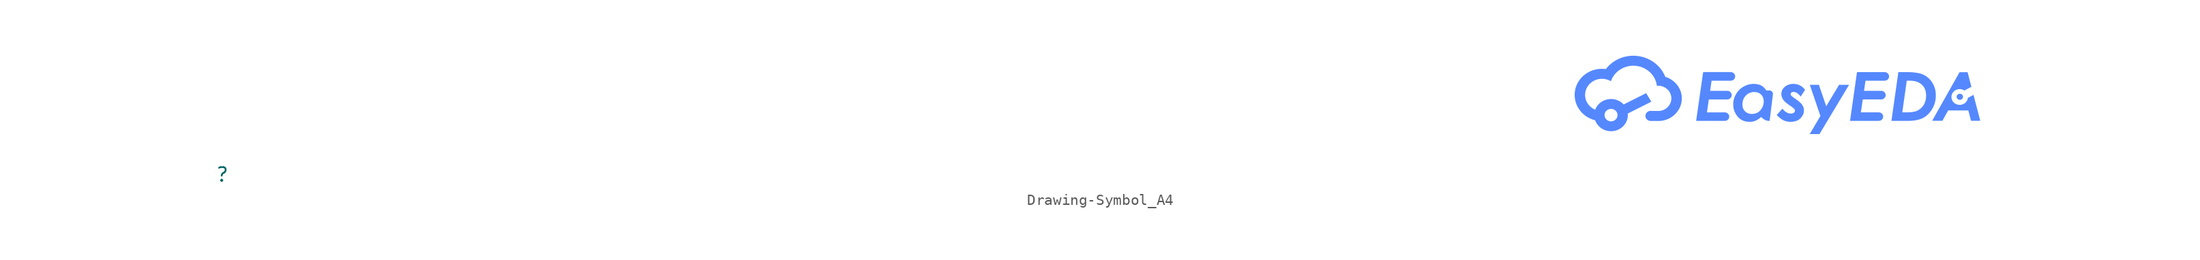
<source format=kicad_sym>
(kicad_symbol_lib
  (version 20231120)
  (generator "kicad_symbol_editor")
  (generator_version "8.0")
  (symbol "Drawing-Symbol_A4"
    (property "Reference" ""
      (at 0 0 0)
      (effects (font (size 1.27 1.27))))
    (property "Value" ""
      (at 0 0 0)
      (effects (font (size 1.27 1.27))))
    (symbol "Drawing-Symbol_A4_0_0"
      (polyline (pts (xy 147.01 6.287) (xy 148.192 8.253) (xy 149.106 8.253) (xy 146.392 3.726) (xy 145.496 3.726) (xy 146.478 5.391) (xy 145.506 8.253) (xy 146.338 8.253) (xy 147.01 6.287)) (stroke (width -0.0001) (type solid)) (fill (type color) (color 85 136 255 1)))
      (polyline (pts (xy 160.317 8.068) (xy 159.673 7.727) (xy 159.65 7.741) (xy 159.626 7.755) (xy 159.602 7.769) (xy 159.577 7.781) (xy 159.552 7.792) (xy 159.526 7.803) (xy 159.5 7.813) (xy 159.473 7.822) (xy 159.446 7.83) (xy 159.418 7.836) (xy 159.389 7.842) (xy 159.361 7.847) (xy 159.332 7.851) (xy 159.303 7.854) (xy 159.273 7.856) (xy 159.243 7.856) (xy 159.204 7.855) (xy 159.166 7.852) (xy 159.128 7.848) (xy 159.091 7.841) (xy 159.054 7.833) (xy 159.019 7.824) (xy 158.984 7.812) (xy 158.95 7.799) (xy 158.916 7.785) (xy 158.884 7.769) (xy 158.852 7.752) (xy 158.822 7.733) (xy 158.792 7.713) (xy 158.764 7.691) (xy 158.736 7.668) (xy 158.71 7.644) (xy 158.685 7.619) (xy 158.661 7.593) (xy 158.639 7.566) (xy 158.618 7.537) (xy 158.599 7.508) (xy 158.58 7.478) (xy 158.564 7.447) (xy 158.549 7.415) (xy 158.535 7.382) (xy 158.523 7.348) (xy 158.513 7.314) (xy 158.505 7.279) (xy 158.498 7.243) (xy 158.493 7.207) (xy 158.49 7.17) (xy 158.489 7.133) (xy 158.49 7.096) (xy 158.493 7.059) (xy 158.498 7.023) (xy 158.505 6.987) (xy 158.513 6.952) (xy 158.523 6.918) (xy 158.535 6.885) (xy 158.549 6.852) (xy 158.564 6.82) (xy 158.58 6.788) (xy 158.599 6.758) (xy 158.618 6.729) (xy 158.639 6.701) (xy 158.661 6.673) (xy 158.685 6.647) (xy 158.71 6.622) (xy 158.736 6.598) (xy 158.764 6.575) (xy 158.792 6.554) (xy 158.822 6.534) (xy 158.852 6.515) (xy 158.884 6.497) (xy 158.916 6.481) (xy 158.95 6.467) (xy 158.984 6.454) (xy 159.019 6.443) (xy 159.054 6.433) (xy 159.091 6.425) (xy 159.128 6.419) (xy 159.166 6.414) (xy 159.204 6.411) (xy 159.243 6.41) (xy 159.279 6.411) (xy 159.315 6.413) (xy 159.35 6.417) (xy 159.384 6.423) (xy 159.418 6.43) (xy 159.452 6.438) (xy 159.485 6.448) (xy 159.517 6.46) (xy 159.548 6.472) (xy 159.579 6.486) (xy 159.609 6.501) (xy 159.638 6.518) (xy 159.667 6.535) (xy 159.694 6.554) (xy 159.721 6.574) (xy 159.746 6.595) (xy 159.771 6.617) (xy 159.794 6.64) (xy 159.817 6.664) (xy 159.838 6.689) (xy 159.858 6.715) (xy 159.877 6.742) (xy 159.895 6.77) (xy 159.911 6.798) (xy 159.927 6.827) (xy 159.94 6.857) (xy 159.952 6.888) (xy 159.963 6.919) (xy 159.973 6.951) (xy 159.981 6.984) (xy 159.987 7.017) (xy 159.992 7.051) (xy 160.51 7.325) (xy 161.129 4.949) (xy 160.282 4.949) (xy 160.036 5.899) (xy 158.189 5.899) (xy 157.659 4.949) (xy 156.72 4.949) (xy 159.231 9.411) (xy 159.969 9.411) (xy 160.317 8.068)) (stroke (width -0.0001) (type solid)) (fill (type color) (color 85 136 255 1)))
      (polyline (pts (xy 159.272 7.43) (xy 159.287 7.428) (xy 159.301 7.427) (xy 159.315 7.424) (xy 159.329 7.421) (xy 159.343 7.417) (xy 159.357 7.413) (xy 159.37 7.408) (xy 159.383 7.402) (xy 159.395 7.396) (xy 159.408 7.39) (xy 159.419 7.382) (xy 159.431 7.375) (xy 159.442 7.366) (xy 159.452 7.357) (xy 159.462 7.348) (xy 159.472 7.339) (xy 159.481 7.328) (xy 159.49 7.318) (xy 159.498 7.307) (xy 159.506 7.296) (xy 159.512 7.284) (xy 159.519 7.272) (xy 159.525 7.26) (xy 159.53 7.247) (xy 159.535 7.234) (xy 159.538 7.221) (xy 159.542 7.207) (xy 159.544 7.194) (xy 159.546 7.18) (xy 159.547 7.165) (xy 159.548 7.151) (xy 159.547 7.137) (xy 159.546 7.122) (xy 159.544 7.109) (xy 159.542 7.095) (xy 159.538 7.081) (xy 159.535 7.068) (xy 159.53 7.055) (xy 159.525 7.043) (xy 159.519 7.03) (xy 159.512 7.018) (xy 159.506 7.006) (xy 159.498 6.995) (xy 159.49 6.984) (xy 159.481 6.974) (xy 159.472 6.963) (xy 159.462 6.954) (xy 159.452 6.945) (xy 159.442 6.936) (xy 159.431 6.928) (xy 159.419 6.92) (xy 159.408 6.912) (xy 159.395 6.906) (xy 159.383 6.9) (xy 159.37 6.894) (xy 159.357 6.889) (xy 159.343 6.885) (xy 159.329 6.881) (xy 159.315 6.878) (xy 159.301 6.875) (xy 159.287 6.874) (xy 159.272 6.872) (xy 159.257 6.872) (xy 159.242 6.872) (xy 159.227 6.874) (xy 159.213 6.875) (xy 159.198 6.878) (xy 159.184 6.881) (xy 159.17 6.885) (xy 159.157 6.889) (xy 159.144 6.894) (xy 159.131 6.9) (xy 159.118 6.906) (xy 159.106 6.912) (xy 159.094 6.92) (xy 159.083 6.928) (xy 159.072 6.936) (xy 159.061 6.945) (xy 159.051 6.954) (xy 159.042 6.963) (xy 159.033 6.974) (xy 159.024 6.984) (xy 159.016 6.995) (xy 159.008 7.006) (xy 159.001 7.018) (xy 158.995 7.03) (xy 158.989 7.043) (xy 158.984 7.055) (xy 158.979 7.068) (xy 158.975 7.081) (xy 158.972 7.095) (xy 158.97 7.109) (xy 158.968 7.122) (xy 158.966 7.137) (xy 158.966 7.151) (xy 158.966 7.165) (xy 158.968 7.18) (xy 158.97 7.194) (xy 158.972 7.207) (xy 158.975 7.221) (xy 158.979 7.234) (xy 158.984 7.247) (xy 158.989 7.26) (xy 158.995 7.272) (xy 159.001 7.284) (xy 159.008 7.296) (xy 159.016 7.307) (xy 159.024 7.318) (xy 159.033 7.328) (xy 159.042 7.339) (xy 159.051 7.348) (xy 159.061 7.357) (xy 159.072 7.366) (xy 159.083 7.375) (xy 159.094 7.382) (xy 159.106 7.39) (xy 159.118 7.396) (xy 159.131 7.402) (xy 159.144 7.408) (xy 159.157 7.413) (xy 159.17 7.417) (xy 159.184 7.421) (xy 159.198 7.424) (xy 159.213 7.427) (xy 159.227 7.428) (xy 159.242 7.43) (xy 159.257 7.43) (xy 159.272 7.43)) (stroke (width -0.0001) (type solid)) (fill (type color) (color 85 136 255 1)))
      (polyline (pts (xy 154.492 9.417) (xy 154.616 9.414) (xy 154.736 9.41) (xy 154.851 9.403) (xy 154.963 9.395) (xy 155.07 9.385) (xy 155.173 9.373) (xy 155.272 9.359) (xy 155.366 9.344) (xy 155.457 9.326) (xy 155.543 9.307) (xy 155.625 9.285) (xy 155.703 9.262) (xy 155.777 9.237) (xy 155.847 9.21) (xy 155.913 9.182) (xy 155.976 9.151) (xy 156.037 9.119) (xy 156.097 9.084) (xy 156.155 9.047) (xy 156.212 9.008) (xy 156.267 8.967) (xy 156.321 8.924) (xy 156.373 8.879) (xy 156.424 8.832) (xy 156.474 8.782) (xy 156.521 8.73) (xy 156.568 8.677) (xy 156.613 8.621) (xy 156.656 8.563) (xy 156.698 8.503) (xy 156.738 8.441) (xy 156.777 8.377) (xy 156.813 8.312) (xy 156.846 8.246) (xy 156.877 8.178) (xy 156.906 8.109) (xy 156.932 8.039) (xy 156.956 7.968) (xy 156.977 7.896) (xy 156.996 7.822) (xy 157.012 7.747) (xy 157.026 7.671) (xy 157.037 7.594) (xy 157.046 7.516) (xy 157.052 7.436) (xy 157.056 7.356) (xy 157.057 7.274) (xy 157.055 7.189) (xy 157.052 7.106) (xy 157.045 7.023) (xy 157.036 6.941) (xy 157.024 6.86) (xy 157.01 6.78) (xy 156.993 6.701) (xy 156.973 6.622) (xy 156.951 6.545) (xy 156.925 6.468) (xy 156.898 6.393) (xy 156.868 6.318) (xy 156.834 6.244) (xy 156.799 6.17) (xy 156.761 6.098) (xy 156.72 6.027) (xy 156.677 5.957) (xy 156.632 5.89) (xy 156.586 5.825) (xy 156.539 5.763) (xy 156.491 5.702) (xy 156.441 5.645) (xy 156.389 5.589) (xy 156.337 5.536) (xy 156.282 5.486) (xy 156.227 5.438) (xy 156.17 5.392) (xy 156.112 5.348) (xy 156.053 5.307) (xy 155.992 5.269) (xy 155.93 5.232) (xy 155.866 5.199) (xy 155.8 5.167) (xy 155.732 5.137) (xy 155.66 5.11) (xy 155.584 5.084) (xy 155.506 5.061) (xy 155.425 5.04) (xy 155.34 5.02) (xy 155.252 5.003) (xy 155.162 4.987) (xy 155.068 4.974) (xy 154.97 4.963) (xy 154.87 4.954) (xy 154.767 4.947) (xy 154.661 4.942) (xy 154.551 4.939) (xy 154.438 4.938) (xy 152.987 4.938) (xy 153.098 5.721) (xy 153.982 5.721) (xy 154.271 5.721) (xy 154.432 5.722) (xy 154.581 5.728) (xy 154.651 5.731) (xy 154.719 5.736) (xy 154.783 5.741) (xy 154.845 5.747) (xy 154.904 5.755) (xy 154.96 5.763) (xy 155.013 5.771) (xy 155.063 5.781) (xy 155.111 5.792) (xy 155.155 5.803) (xy 155.197 5.815) (xy 155.236 5.828) (xy 155.288 5.848) (xy 155.338 5.869) (xy 155.387 5.892) (xy 155.435 5.917) (xy 155.481 5.944) (xy 155.526 5.972) (xy 155.57 6.002) (xy 155.613 6.033) (xy 155.654 6.067) (xy 155.694 6.102) (xy 155.733 6.139) (xy 155.771 6.177) (xy 155.807 6.217) (xy 155.842 6.259) (xy 155.875 6.303) (xy 155.908 6.348) (xy 155.939 6.394) (xy 155.968 6.443) (xy 155.994 6.492) (xy 156.019 6.543) (xy 156.042 6.595) (xy 156.063 6.649) (xy 156.082 6.704) (xy 156.099 6.76) (xy 156.114 6.818) (xy 156.127 6.877) (xy 156.138 6.937) (xy 156.147 6.999) (xy 156.154 7.062) (xy 156.159 7.126) (xy 156.162 7.191) (xy 156.164 7.258) (xy 156.163 7.313) (xy 156.161 7.367) (xy 156.157 7.42) (xy 156.153 7.472) (xy 156.146 7.522) (xy 156.138 7.571) (xy 156.129 7.62) (xy 156.119 7.667) (xy 156.107 7.713) (xy 156.094 7.758) (xy 156.079 7.801) (xy 156.063 7.844) (xy 156.045 7.886) (xy 156.026 7.926) (xy 156.006 7.965) (xy 155.985 8.003) (xy 155.962 8.04) (xy 155.937 8.076) (xy 155.912 8.111) (xy 155.885 8.145) (xy 155.858 8.178) (xy 155.829 8.21) (xy 155.799 8.24) (xy 155.768 8.27) (xy 155.736 8.298) (xy 155.703 8.326) (xy 155.669 8.352) (xy 155.633 8.377) (xy 155.597 8.401) (xy 155.559 8.424) (xy 155.52 8.447) (xy 155.48 8.467) (xy 155.439 8.487) (xy 155.396 8.506) (xy 155.351 8.523) (xy 155.304 8.539) (xy 155.256 8.554) (xy 155.206 8.567) (xy 155.155 8.579) (xy 155.102 8.59) (xy 155.047 8.6) (xy 154.99 8.608) (xy 154.932 8.615) (xy 154.872 8.62) (xy 154.81 8.625) (xy 154.747 8.628) (xy 154.682 8.63) (xy 154.615 8.63) (xy 154.394 8.63) (xy 153.982 5.721) (xy 153.098 5.721) (xy 153.624 9.418) (xy 154.364 9.418) (xy 154.492 9.417)) (stroke (width -0.0001) (type solid)) (fill (type color) (color 85 136 255 1)))
      (polyline (pts (xy 138.271 9.422) (xy 138.292 9.421) (xy 138.313 9.418) (xy 138.333 9.414) (xy 138.353 9.41) (xy 138.373 9.405) (xy 138.392 9.398) (xy 138.411 9.391) (xy 138.429 9.383) (xy 138.447 9.374) (xy 138.464 9.365) (xy 138.481 9.354) (xy 138.497 9.343) (xy 138.513 9.332) (xy 138.528 9.319) (xy 138.542 9.306) (xy 138.556 9.292) (xy 138.569 9.278) (xy 138.581 9.263) (xy 138.593 9.247) (xy 138.604 9.231) (xy 138.614 9.214) (xy 138.623 9.197) (xy 138.631 9.18) (xy 138.638 9.162) (xy 138.645 9.143) (xy 138.651 9.124) (xy 138.655 9.105) (xy 138.659 9.086) (xy 138.662 9.066) (xy 138.663 9.046) (xy 138.664 9.025) (xy 138.663 9.005) (xy 138.662 8.985) (xy 138.659 8.965) (xy 138.655 8.945) (xy 138.651 8.926) (xy 138.645 8.908) (xy 138.638 8.889) (xy 138.631 8.871) (xy 138.623 8.854) (xy 138.614 8.836) (xy 138.604 8.82) (xy 138.593 8.804) (xy 138.581 8.788) (xy 138.569 8.773) (xy 138.556 8.759) (xy 138.542 8.745) (xy 138.528 8.732) (xy 138.513 8.719) (xy 138.497 8.707) (xy 138.481 8.696) (xy 138.464 8.686) (xy 138.447 8.676) (xy 138.429 8.668) (xy 138.411 8.659) (xy 138.392 8.652) (xy 138.373 8.646) (xy 138.353 8.641) (xy 138.333 8.636) (xy 138.313 8.633) (xy 138.292 8.63) (xy 138.271 8.629) (xy 138.25 8.628) (xy 136.503 8.626) (xy 136.368 7.696) (xy 138.006 7.696) (xy 138.024 7.692) (xy 138.042 7.688) (xy 138.059 7.683) (xy 138.076 7.678) (xy 138.093 7.672) (xy 138.11 7.665) (xy 138.126 7.657) (xy 138.142 7.649) (xy 138.157 7.64) (xy 138.172 7.631) (xy 138.186 7.62) (xy 138.2 7.61) (xy 138.214 7.599) (xy 138.226 7.587) (xy 138.239 7.575) (xy 138.25 7.562) (xy 138.262 7.549) (xy 138.272 7.535) (xy 138.282 7.521) (xy 138.291 7.506) (xy 138.3 7.491) (xy 138.308 7.476) (xy 138.315 7.46) (xy 138.321 7.444) (xy 138.327 7.427) (xy 138.332 7.41) (xy 138.337 7.393) (xy 138.34 7.375) (xy 138.343 7.358) (xy 138.344 7.34) (xy 138.345 7.321) (xy 138.345 7.303) (xy 138.345 7.282) (xy 138.343 7.262) (xy 138.34 7.242) (xy 138.337 7.223) (xy 138.332 7.204) (xy 138.326 7.185) (xy 138.32 7.167) (xy 138.312 7.149) (xy 138.304 7.131) (xy 138.295 7.114) (xy 138.285 7.097) (xy 138.274 7.081) (xy 138.263 7.065) (xy 138.25 7.05) (xy 138.237 7.036) (xy 138.224 7.022) (xy 138.209 7.009) (xy 138.194 6.997) (xy 138.179 6.985) (xy 138.162 6.974) (xy 138.145 6.963) (xy 138.128 6.954) (xy 138.11 6.945) (xy 138.092 6.937) (xy 138.073 6.93) (xy 138.054 6.923) (xy 138.034 6.918) (xy 138.014 6.914) (xy 137.994 6.91) (xy 137.973 6.908) (xy 137.952 6.906) (xy 137.931 6.906) (xy 136.25 6.908) (xy 136.078 5.718) (xy 137.71 5.721) (xy 137.731 5.72) (xy 137.752 5.719) (xy 137.772 5.716) (xy 137.793 5.713) (xy 137.812 5.708) (xy 137.832 5.703) (xy 137.851 5.697) (xy 137.869 5.69) (xy 137.887 5.682) (xy 137.905 5.673) (xy 137.922 5.664) (xy 137.939 5.654) (xy 137.955 5.643) (xy 137.97 5.631) (xy 137.985 5.619) (xy 138 5.606) (xy 138.013 5.592) (xy 138.026 5.578) (xy 138.038 5.563) (xy 138.049 5.547) (xy 138.06 5.532) (xy 138.07 5.515) (xy 138.079 5.498) (xy 138.087 5.481) (xy 138.095 5.463) (xy 138.101 5.445) (xy 138.107 5.426) (xy 138.111 5.407) (xy 138.115 5.388) (xy 138.117 5.368) (xy 138.119 5.348) (xy 138.119 5.328) (xy 138.119 5.308) (xy 138.118 5.289) (xy 138.115 5.269) (xy 138.111 5.251) (xy 138.107 5.232) (xy 138.101 5.214) (xy 138.095 5.196) (xy 138.088 5.178) (xy 138.08 5.161) (xy 138.071 5.144) (xy 138.062 5.128) (xy 138.051 5.112) (xy 138.04 5.097) (xy 138.028 5.083) (xy 138.016 5.069) (xy 138.002 5.055) (xy 137.988 5.042) (xy 137.974 5.03) (xy 137.959 5.018) (xy 137.943 5.007) (xy 137.927 4.997) (xy 137.91 4.987) (xy 137.893 4.979) (xy 137.875 4.971) (xy 137.857 4.963) (xy 137.839 4.957) (xy 137.82 4.952) (xy 137.8 4.947) (xy 137.78 4.943) (xy 137.76 4.94) (xy 137.74 4.939) (xy 137.72 4.938) (xy 135.087 4.938) (xy 135.729 9.422) (xy 138.25 9.422) (xy 138.271 9.422)) (stroke (width -0.0001) (type solid)) (fill (type color) (color 85 136 255 1)))
      (polyline (pts (xy 152.374 9.42) (xy 152.395 9.418) (xy 152.416 9.416) (xy 152.436 9.412) (xy 152.456 9.408) (xy 152.476 9.402) (xy 152.495 9.396) (xy 152.514 9.389) (xy 152.532 9.381) (xy 152.55 9.372) (xy 152.568 9.363) (xy 152.585 9.352) (xy 152.601 9.341) (xy 152.617 9.33) (xy 152.632 9.317) (xy 152.646 9.304) (xy 152.66 9.29) (xy 152.673 9.276) (xy 152.685 9.261) (xy 152.697 9.245) (xy 152.708 9.229) (xy 152.718 9.213) (xy 152.727 9.196) (xy 152.736 9.178) (xy 152.743 9.161) (xy 152.75 9.142) (xy 152.756 9.123) (xy 152.761 9.104) (xy 152.765 9.085) (xy 152.768 9.066) (xy 152.77 9.046) (xy 152.771 9.025) (xy 152.77 9.005) (xy 152.769 8.985) (xy 152.766 8.965) (xy 152.762 8.945) (xy 152.758 8.926) (xy 152.752 8.908) (xy 152.746 8.889) (xy 152.738 8.871) (xy 152.73 8.854) (xy 152.721 8.836) (xy 152.711 8.82) (xy 152.7 8.804) (xy 152.688 8.788) (xy 152.676 8.773) (xy 152.663 8.759) (xy 152.649 8.745) (xy 152.635 8.732) (xy 152.62 8.719) (xy 152.604 8.707) (xy 152.588 8.696) (xy 152.571 8.686) (xy 152.554 8.676) (xy 152.536 8.668) (xy 152.518 8.659) (xy 152.499 8.652) (xy 152.48 8.646) (xy 152.46 8.641) (xy 152.44 8.636) (xy 152.42 8.633) (xy 152.399 8.63) (xy 152.378 8.629) (xy 152.357 8.628) (xy 150.61 8.626) (xy 150.475 7.696) (xy 152.113 7.696) (xy 152.131 7.692) (xy 152.149 7.688) (xy 152.166 7.683) (xy 152.184 7.678) (xy 152.2 7.672) (xy 152.217 7.665) (xy 152.233 7.657) (xy 152.249 7.649) (xy 152.264 7.64) (xy 152.279 7.631) (xy 152.293 7.621) (xy 152.307 7.61) (xy 152.321 7.599) (xy 152.334 7.587) (xy 152.346 7.575) (xy 152.358 7.562) (xy 152.369 7.549) (xy 152.38 7.535) (xy 152.39 7.521) (xy 152.399 7.507) (xy 152.408 7.492) (xy 152.416 7.476) (xy 152.424 7.461) (xy 152.43 7.444) (xy 152.436 7.428) (xy 152.442 7.411) (xy 152.446 7.394) (xy 152.45 7.377) (xy 152.453 7.359) (xy 152.455 7.341) (xy 152.456 7.323) (xy 152.457 7.305) (xy 152.456 7.285) (xy 152.455 7.264) (xy 152.452 7.245) (xy 152.448 7.225) (xy 152.444 7.206) (xy 152.438 7.187) (xy 152.432 7.169) (xy 152.424 7.151) (xy 152.416 7.133) (xy 152.407 7.116) (xy 152.397 7.099) (xy 152.386 7.083) (xy 152.374 7.068) (xy 152.362 7.053) (xy 152.349 7.038) (xy 152.335 7.024) (xy 152.321 7.011) (xy 152.306 6.999) (xy 152.29 6.987) (xy 152.274 6.976) (xy 152.257 6.965) (xy 152.24 6.956) (xy 152.222 6.947) (xy 152.204 6.939) (xy 152.185 6.932) (xy 152.166 6.926) (xy 152.146 6.92) (xy 152.126 6.916) (xy 152.106 6.912) (xy 152.085 6.91) (xy 152.064 6.908) (xy 152.043 6.908) (xy 150.359 6.91) (xy 150.187 5.721) (xy 151.82 5.723) (xy 151.841 5.723) (xy 151.861 5.721) (xy 151.882 5.718) (xy 151.902 5.715) (xy 151.922 5.711) (xy 151.941 5.705) (xy 151.96 5.699) (xy 151.979 5.692) (xy 151.997 5.684) (xy 152.014 5.676) (xy 152.032 5.666) (xy 152.048 5.656) (xy 152.064 5.645) (xy 152.08 5.633) (xy 152.095 5.621) (xy 152.109 5.608) (xy 152.122 5.594) (xy 152.135 5.58) (xy 152.148 5.565) (xy 152.159 5.55) (xy 152.169 5.534) (xy 152.179 5.517) (xy 152.189 5.5) (xy 152.197 5.483) (xy 152.204 5.465) (xy 152.21 5.447) (xy 152.216 5.428) (xy 152.221 5.409) (xy 152.224 5.39) (xy 152.227 5.37) (xy 152.228 5.351) (xy 152.229 5.33) (xy 152.228 5.311) (xy 152.227 5.291) (xy 152.224 5.272) (xy 152.221 5.253) (xy 152.216 5.234) (xy 152.211 5.216) (xy 152.205 5.198) (xy 152.197 5.181) (xy 152.19 5.163) (xy 152.181 5.147) (xy 152.171 5.13) (xy 152.161 5.115) (xy 152.149 5.099) (xy 152.138 5.085) (xy 152.125 5.071) (xy 152.112 5.057) (xy 152.098 5.044) (xy 152.083 5.032) (xy 152.068 5.02) (xy 152.053 5.009) (xy 152.036 4.999) (xy 152.02 4.99) (xy 152.002 4.981) (xy 151.985 4.973) (xy 151.966 4.966) (xy 151.948 4.959) (xy 151.929 4.954) (xy 151.91 4.949) (xy 151.89 4.945) (xy 151.87 4.943) (xy 151.85 4.941) (xy 151.829 4.94) (xy 149.194 4.94) (xy 149.831 9.42) (xy 152.352 9.42) (xy 152.374 9.42)) (stroke (width -0.0001) (type solid)) (fill (type color) (color 85 136 255 1)))
      (polyline (pts (xy 140.395 8.335) (xy 140.438 8.334) (xy 140.481 8.331) (xy 140.526 8.327) (xy 140.571 8.322) (xy 140.616 8.316) (xy 140.662 8.309) (xy 140.707 8.301) (xy 140.752 8.291) (xy 140.797 8.281) (xy 140.84 8.269) (xy 140.883 8.257) (xy 140.924 8.243) (xy 140.963 8.228) (xy 141.001 8.212) (xy 141.036 8.195) (xy 141.069 8.177) (xy 141.102 8.158) (xy 141.133 8.138) (xy 141.165 8.117) (xy 141.195 8.095) (xy 141.225 8.072) (xy 141.254 8.048) (xy 141.282 8.023) (xy 141.309 7.997) (xy 141.336 7.969) (xy 141.362 7.941) (xy 141.388 7.912) (xy 141.412 7.882) (xy 141.436 7.85) (xy 141.46 7.818) (xy 141.482 7.785) (xy 141.513 7.731) (xy 141.803 7.731) (xy 141.82 7.731) (xy 141.836 7.729) (xy 141.853 7.727) (xy 141.869 7.724) (xy 141.884 7.721) (xy 141.9 7.716) (xy 141.915 7.711) (xy 141.929 7.706) (xy 141.944 7.699) (xy 141.958 7.692) (xy 141.971 7.685) (xy 141.984 7.677) (xy 141.997 7.668) (xy 142.009 7.659) (xy 142.021 7.649) (xy 142.032 7.639) (xy 142.043 7.628) (xy 142.053 7.617) (xy 142.062 7.605) (xy 142.071 7.593) (xy 142.08 7.58) (xy 142.088 7.567) (xy 142.095 7.553) (xy 142.101 7.54) (xy 142.107 7.526) (xy 142.112 7.511) (xy 142.116 7.497) (xy 142.12 7.481) (xy 142.123 7.466) (xy 142.125 7.451) (xy 142.126 7.435) (xy 142.126 7.419) (xy 142.131 7.419) (xy 141.836 5.034) (xy 141.824 4.938) (xy 141.74 4.938) (xy 141.707 4.94) (xy 141.673 4.944) (xy 141.64 4.949) (xy 141.607 4.956) (xy 141.575 4.963) (xy 141.543 4.972) (xy 141.512 4.982) (xy 141.481 4.992) (xy 141.451 5.004) (xy 141.421 5.017) (xy 141.392 5.031) (xy 141.364 5.046) (xy 141.336 5.062) (xy 141.309 5.079) (xy 141.282 5.097) (xy 141.257 5.116) (xy 141.254 5.118) (xy 141.247 5.123) (xy 141.222 5.143) (xy 141.147 5.205) (xy 141.038 5.295) (xy 141.004 5.264) (xy 140.97 5.235) (xy 140.936 5.207) (xy 140.903 5.18) (xy 140.869 5.155) (xy 140.836 5.13) (xy 140.804 5.107) (xy 140.771 5.085) (xy 140.739 5.064) (xy 140.707 5.045) (xy 140.676 5.026) (xy 140.644 5.009) (xy 140.613 4.992) (xy 140.583 4.978) (xy 140.552 4.964) (xy 140.522 4.951) (xy 140.492 4.939) (xy 140.461 4.928) (xy 140.43 4.917) (xy 140.398 4.907) (xy 140.366 4.899) (xy 140.333 4.891) (xy 140.3 4.883) (xy 140.267 4.877) (xy 140.233 4.871) (xy 140.199 4.866) (xy 140.164 4.862) (xy 140.128 4.859) (xy 140.093 4.856) (xy 140.056 4.854) (xy 140.02 4.853) (xy 139.982 4.853) (xy 139.898 4.855) (xy 139.815 4.86) (xy 139.734 4.87) (xy 139.656 4.883) (xy 139.58 4.9) (xy 139.506 4.921) (xy 139.435 4.945) (xy 139.365 4.973) (xy 139.298 5.006) (xy 139.233 5.042) (xy 139.17 5.081) (xy 139.109 5.125) (xy 139.051 5.172) (xy 138.995 5.223) (xy 138.941 5.278) (xy 138.889 5.337) (xy 138.84 5.398) (xy 138.794 5.461) (xy 138.752 5.524) (xy 138.712 5.589) (xy 138.676 5.655) (xy 138.643 5.723) (xy 138.613 5.791) (xy 138.586 5.861) (xy 138.562 5.932) (xy 138.542 6.004) (xy 138.524 6.078) (xy 138.51 6.152) (xy 138.499 6.228) (xy 138.491 6.306) (xy 138.486 6.384) (xy 138.485 6.444) (xy 139.331 6.444) (xy 139.332 6.396) (xy 139.335 6.349) (xy 139.339 6.303) (xy 139.346 6.259) (xy 139.354 6.215) (xy 139.365 6.173) (xy 139.377 6.132) (xy 139.391 6.093) (xy 139.407 6.054) (xy 139.424 6.016) (xy 139.444 5.98) (xy 139.466 5.945) (xy 139.489 5.911) (xy 139.514 5.878) (xy 139.542 5.847) (xy 139.571 5.817) (xy 139.601 5.788) (xy 139.633 5.76) (xy 139.666 5.735) (xy 139.699 5.712) (xy 139.734 5.69) (xy 139.77 5.671) (xy 139.807 5.653) (xy 139.845 5.637) (xy 139.884 5.623) (xy 139.924 5.611) (xy 139.965 5.601) (xy 140.007 5.593) (xy 140.051 5.586) (xy 140.095 5.582) (xy 140.14 5.579) (xy 140.187 5.578) (xy 140.226 5.579) (xy 140.264 5.58) (xy 140.302 5.583) (xy 140.339 5.586) (xy 140.375 5.591) (xy 140.411 5.597) (xy 140.446 5.604) (xy 140.48 5.611) (xy 140.514 5.62) (xy 140.547 5.63) (xy 140.58 5.641) (xy 140.612 5.653) (xy 140.643 5.666) (xy 140.674 5.681) (xy 140.704 5.696) (xy 140.733 5.712) (xy 140.762 5.729) (xy 140.791 5.748) (xy 140.818 5.767) (xy 140.846 5.788) (xy 140.872 5.811) (xy 140.898 5.834) (xy 140.923 5.858) (xy 140.948 5.884) (xy 140.972 5.911) (xy 140.996 5.939) (xy 141.019 5.968) (xy 141.041 5.998) (xy 141.063 6.03) (xy 141.084 6.062) (xy 141.104 6.096) (xy 141.124 6.131) (xy 141.143 6.167) (xy 141.161 6.203) (xy 141.178 6.239) (xy 141.193 6.275) (xy 141.207 6.311) (xy 141.22 6.347) (xy 141.232 6.384) (xy 141.243 6.42) (xy 141.252 6.457) (xy 141.26 6.494) (xy 141.267 6.531) (xy 141.272 6.567) (xy 141.277 6.604) (xy 141.28 6.642) (xy 141.282 6.679) (xy 141.282 6.716) (xy 141.281 6.765) (xy 141.279 6.812) (xy 141.274 6.858) (xy 141.268 6.903) (xy 141.259 6.947) (xy 141.249 6.99) (xy 141.237 7.031) (xy 141.223 7.071) (xy 141.207 7.11) (xy 141.19 7.148) (xy 141.17 7.184) (xy 141.149 7.22) (xy 141.126 7.254) (xy 141.101 7.287) (xy 141.074 7.319) (xy 141.045 7.35) (xy 141.015 7.378) (xy 140.983 7.405) (xy 140.951 7.431) (xy 140.917 7.454) (xy 140.882 7.475) (xy 140.846 7.495) (xy 140.808 7.513) (xy 140.769 7.528) (xy 140.73 7.543) (xy 140.689 7.555) (xy 140.646 7.565) (xy 140.603 7.573) (xy 140.558 7.58) (xy 140.512 7.585) (xy 140.465 7.587) (xy 140.417 7.588) (xy 140.361 7.587) (xy 140.306 7.583) (xy 140.252 7.577) (xy 140.199 7.569) (xy 140.147 7.558) (xy 140.097 7.544) (xy 140.047 7.528) (xy 139.998 7.509) (xy 139.951 7.488) (xy 139.904 7.464) (xy 139.859 7.438) (xy 139.815 7.41) (xy 139.771 7.378) (xy 139.729 7.345) (xy 139.688 7.308) (xy 139.647 7.269) (xy 139.609 7.228) (xy 139.573 7.186) (xy 139.54 7.142) (xy 139.509 7.097) (xy 139.48 7.051) (xy 139.454 7.003) (xy 139.431 6.953) (xy 139.41 6.902) (xy 139.391 6.85) (xy 139.375 6.796) (xy 139.362 6.741) (xy 139.351 6.685) (xy 139.342 6.627) (xy 139.336 6.567) (xy 139.332 6.506) (xy 139.331 6.444) (xy 138.485 6.444) (xy 138.485 6.464) (xy 138.486 6.525) (xy 138.489 6.585) (xy 138.494 6.646) (xy 138.501 6.705) (xy 138.51 6.765) (xy 138.522 6.824) (xy 138.535 6.883) (xy 138.55 6.942) (xy 138.568 7) (xy 138.587 7.058) (xy 138.608 7.115) (xy 138.632 7.172) (xy 138.657 7.229) (xy 138.685 7.285) (xy 138.714 7.341) (xy 138.745 7.396) (xy 138.778 7.451) (xy 138.812 7.505) (xy 138.848 7.556) (xy 138.886 7.607) (xy 138.924 7.655) (xy 138.964 7.702) (xy 139.006 7.748) (xy 139.048 7.792) (xy 139.093 7.834) (xy 139.138 7.875) (xy 139.185 7.914) (xy 139.233 7.952) (xy 139.283 7.989) (xy 139.334 8.023) (xy 139.387 8.056) (xy 139.44 8.088) (xy 139.495 8.118) (xy 139.55 8.146) (xy 139.606 8.172) (xy 139.661 8.197) (xy 139.717 8.219) (xy 139.773 8.239) (xy 139.83 8.258) (xy 139.887 8.274) (xy 139.944 8.289) (xy 140.002 8.301) (xy 140.06 8.312) (xy 140.118 8.32) (xy 140.177 8.327) (xy 140.236 8.332) (xy 140.295 8.335) (xy 140.354 8.336) (xy 140.395 8.335)) (stroke (width -0.0001) (type solid)) (fill (type color) (color 85 136 255 1)))
      (polyline (pts (xy 144.042 8.338) (xy 144.081 8.336) (xy 144.12 8.333) (xy 144.159 8.329) (xy 144.197 8.324) (xy 144.235 8.318) (xy 144.273 8.311) (xy 144.31 8.303) (xy 144.347 8.293) (xy 144.384 8.283) (xy 144.421 8.271) (xy 144.458 8.258) (xy 144.494 8.244) (xy 144.53 8.229) (xy 144.565 8.213) (xy 144.601 8.195) (xy 144.636 8.177) (xy 144.67 8.158) (xy 144.703 8.137) (xy 144.736 8.116) (xy 144.768 8.094) (xy 144.799 8.07) (xy 144.83 8.046) (xy 144.859 8.021) (xy 144.888 7.996) (xy 144.917 7.969) (xy 144.944 7.941) (xy 144.971 7.913) (xy 144.997 7.883) (xy 145.022 7.853) (xy 145.047 7.821) (xy 145.071 7.789) (xy 144.666 7.167) (xy 144.646 7.194) (xy 144.627 7.221) (xy 144.607 7.247) (xy 144.587 7.271) (xy 144.567 7.295) (xy 144.546 7.318) (xy 144.526 7.34) (xy 144.506 7.361) (xy 144.485 7.381) (xy 144.464 7.4) (xy 144.444 7.418) (xy 144.423 7.435) (xy 144.402 7.452) (xy 144.381 7.467) (xy 144.359 7.481) (xy 144.338 7.495) (xy 144.317 7.507) (xy 144.296 7.519) (xy 144.275 7.53) (xy 144.254 7.54) (xy 144.233 7.55) (xy 144.213 7.558) (xy 144.193 7.566) (xy 144.173 7.573) (xy 144.153 7.579) (xy 144.133 7.585) (xy 144.113 7.589) (xy 144.094 7.593) (xy 144.074 7.596) (xy 144.055 7.598) (xy 144.036 7.599) (xy 144.017 7.599) (xy 144.003 7.599) (xy 143.99 7.599) (xy 143.976 7.597) (xy 143.963 7.596) (xy 143.95 7.594) (xy 143.938 7.591) (xy 143.925 7.588) (xy 143.913 7.585) (xy 143.901 7.58) (xy 143.889 7.576) (xy 143.878 7.571) (xy 143.867 7.566) (xy 143.856 7.56) (xy 143.845 7.553) (xy 143.834 7.547) (xy 143.824 7.539) (xy 143.815 7.532) (xy 143.805 7.524) (xy 143.797 7.516) (xy 143.789 7.508) (xy 143.782 7.5) (xy 143.775 7.492) (xy 143.769 7.484) (xy 143.764 7.475) (xy 143.759 7.467) (xy 143.755 7.458) (xy 143.752 7.449) (xy 143.749 7.441) (xy 143.747 7.431) (xy 143.746 7.422) (xy 143.745 7.413) (xy 143.745 7.403) (xy 143.745 7.394) (xy 143.746 7.385) (xy 143.747 7.376) (xy 143.749 7.366) (xy 143.751 7.357) (xy 143.754 7.348) (xy 143.757 7.339) (xy 143.761 7.33) (xy 143.765 7.32) (xy 143.77 7.311) (xy 143.775 7.302) (xy 143.78 7.293) (xy 143.787 7.284) (xy 143.793 7.274) (xy 143.8 7.265) (xy 143.808 7.256) (xy 143.816 7.246) (xy 143.827 7.235) (xy 143.853 7.211) (xy 143.887 7.182) (xy 143.929 7.149) (xy 143.978 7.111) (xy 144.035 7.069) (xy 144.1 7.023) (xy 144.173 6.973) (xy 144.233 6.931) (xy 144.29 6.89) (xy 144.344 6.85) (xy 144.396 6.811) (xy 144.446 6.773) (xy 144.492 6.735) (xy 144.536 6.698) (xy 144.578 6.662) (xy 144.617 6.626) (xy 144.653 6.591) (xy 144.686 6.557) (xy 144.717 6.524) (xy 144.746 6.492) (xy 144.771 6.46) (xy 144.794 6.429) (xy 144.815 6.399) (xy 144.833 6.369) (xy 144.851 6.338) (xy 144.867 6.308) (xy 144.882 6.276) (xy 144.896 6.245) (xy 144.908 6.213) (xy 144.92 6.181) (xy 144.93 6.149) (xy 144.939 6.117) (xy 144.947 6.084) (xy 144.953 6.051) (xy 144.959 6.017) (xy 144.963 5.983) (xy 144.966 5.949) (xy 144.968 5.914) (xy 144.968 5.879) (xy 144.967 5.833) (xy 144.964 5.788) (xy 144.957 5.742) (xy 144.949 5.697) (xy 144.938 5.652) (xy 144.924 5.608) (xy 144.908 5.564) (xy 144.89 5.52) (xy 144.869 5.476) (xy 144.845 5.433) (xy 144.819 5.39) (xy 144.791 5.348) (xy 144.76 5.305) (xy 144.726 5.263) (xy 144.69 5.222) (xy 144.652 5.181) (xy 144.611 5.141) (xy 144.568 5.104) (xy 144.523 5.069) (xy 144.476 5.037) (xy 144.426 5.008) (xy 144.375 4.981) (xy 144.321 4.957) (xy 144.265 4.935) (xy 144.206 4.916) (xy 144.146 4.899) (xy 144.083 4.885) (xy 144.018 4.873) (xy 143.951 4.864) (xy 143.881 4.858) (xy 143.81 4.854) (xy 143.736 4.853) (xy 143.693 4.853) (xy 143.65 4.855) (xy 143.608 4.857) (xy 143.567 4.861) (xy 143.526 4.866) (xy 143.485 4.872) (xy 143.445 4.878) (xy 143.405 4.886) (xy 143.366 4.895) (xy 143.327 4.905) (xy 143.289 4.916) (xy 143.251 4.928) (xy 143.214 4.941) (xy 143.177 4.955) (xy 143.141 4.97) (xy 143.106 4.987) (xy 143.07 5.004) (xy 143.034 5.024) (xy 142.997 5.045) (xy 142.96 5.068) (xy 142.922 5.092) (xy 142.884 5.119) (xy 142.845 5.147) (xy 142.806 5.177) (xy 142.766 5.208) (xy 142.726 5.242) (xy 142.685 5.277) (xy 142.643 5.314) (xy 142.602 5.352) (xy 142.559 5.392) (xy 142.473 5.478) (xy 142.996 6.062) (xy 143.041 6.008) (xy 143.086 5.956) (xy 143.132 5.909) (xy 143.179 5.865) (xy 143.225 5.824) (xy 143.273 5.787) (xy 143.321 5.754) (xy 143.369 5.724) (xy 143.418 5.697) (xy 143.468 5.675) (xy 143.518 5.655) (xy 143.568 5.639) (xy 143.619 5.627) (xy 143.671 5.618) (xy 143.723 5.613) (xy 143.775 5.611) (xy 143.796 5.612) (xy 143.816 5.613) (xy 143.836 5.614) (xy 143.855 5.616) (xy 143.873 5.619) (xy 143.891 5.623) (xy 143.909 5.627) (xy 143.926 5.631) (xy 143.942 5.636) (xy 143.958 5.642) (xy 143.973 5.649) (xy 143.988 5.656) (xy 144.003 5.663) (xy 144.017 5.671) (xy 144.03 5.68) (xy 144.043 5.689) (xy 144.055 5.7) (xy 144.066 5.71) (xy 144.077 5.72) (xy 144.087 5.731) (xy 144.096 5.742) (xy 144.104 5.753) (xy 144.112 5.764) (xy 144.118 5.775) (xy 144.124 5.787) (xy 144.129 5.799) (xy 144.133 5.811) (xy 144.137 5.823) (xy 144.139 5.836) (xy 144.141 5.848) (xy 144.142 5.862) (xy 144.143 5.875) (xy 144.143 5.886) (xy 144.142 5.896) (xy 144.14 5.907) (xy 144.138 5.918) (xy 144.135 5.929) (xy 144.132 5.94) (xy 144.128 5.951) (xy 144.124 5.962) (xy 144.119 5.973) (xy 144.113 5.984) (xy 144.107 5.995) (xy 144.1 6.006) (xy 144.092 6.017) (xy 144.084 6.029) (xy 144.075 6.04) (xy 144.066 6.051) (xy 144.055 6.063) (xy 144.043 6.076) (xy 144.011 6.105) (xy 143.971 6.138) (xy 143.923 6.176) (xy 143.867 6.219) (xy 143.803 6.266) (xy 143.73 6.317) (xy 143.65 6.372) (xy 143.602 6.405) (xy 143.556 6.438) (xy 143.512 6.47) (xy 143.469 6.502) (xy 143.429 6.532) (xy 143.39 6.563) (xy 143.353 6.592) (xy 143.319 6.621) (xy 143.286 6.65) (xy 143.255 6.678) (xy 143.226 6.705) (xy 143.198 6.732) (xy 143.173 6.758) (xy 143.149 6.783) (xy 143.128 6.808) (xy 143.108 6.832) (xy 143.083 6.866) (xy 143.059 6.899) (xy 143.037 6.934) (xy 143.016 6.968) (xy 142.998 7.003) (xy 142.98 7.037) (xy 142.965 7.072) (xy 142.951 7.108) (xy 142.939 7.143) (xy 142.928 7.179) (xy 142.919 7.215) (xy 142.912 7.252) (xy 142.906 7.288) (xy 142.902 7.325) (xy 142.899 7.362) (xy 142.899 7.399) (xy 142.9 7.45) (xy 142.904 7.5) (xy 142.91 7.549) (xy 142.919 7.597) (xy 142.931 7.644) (xy 142.945 7.689) (xy 142.961 7.733) (xy 142.981 7.776) (xy 143.002 7.818) (xy 143.027 7.859) (xy 143.054 7.898) (xy 143.083 7.936) (xy 143.115 7.973) (xy 143.15 8.009) (xy 143.187 8.044) (xy 143.226 8.077) (xy 143.268 8.109) (xy 143.31 8.138) (xy 143.354 8.166) (xy 143.398 8.191) (xy 143.444 8.215) (xy 143.49 8.236) (xy 143.537 8.255) (xy 143.585 8.273) (xy 143.634 8.288) (xy 143.684 8.301) (xy 143.735 8.313) (xy 143.787 8.322) (xy 143.84 8.329) (xy 143.893 8.334) (xy 143.948 8.337) (xy 144.003 8.338) (xy 144.042 8.338)) (stroke (width -0.0001) (type solid)) (fill (type color) (color 85 136 255 1)))
      (polyline (pts (xy 129.476 10.919) (xy 129.62 10.909) (xy 129.763 10.893) (xy 129.904 10.871) (xy 130.044 10.843) (xy 130.182 10.809) (xy 130.319 10.769) (xy 130.453 10.723) (xy 130.584 10.671) (xy 130.714 10.613) (xy 130.84 10.55) (xy 130.964 10.482) (xy 131.084 10.407) (xy 131.201 10.328) (xy 131.315 10.242) (xy 131.424 10.152) (xy 131.493 10.091) (xy 131.56 10.027) (xy 131.625 9.962) (xy 131.688 9.896) (xy 131.748 9.828) (xy 131.806 9.758) (xy 131.862 9.687) (xy 131.915 9.614) (xy 131.967 9.54) (xy 132.015 9.464) (xy 132.062 9.387) (xy 132.106 9.309) (xy 132.147 9.23) (xy 132.186 9.15) (xy 132.223 9.068) (xy 132.257 8.985) (xy 132.419 8.929) (xy 132.574 8.862) (xy 132.723 8.783) (xy 132.865 8.694) (xy 132.998 8.595) (xy 133.124 8.486) (xy 133.239 8.368) (xy 133.346 8.242) (xy 133.442 8.109) (xy 133.527 7.968) (xy 133.6 7.821) (xy 133.662 7.668) (xy 133.71 7.509) (xy 133.746 7.345) (xy 133.759 7.262) (xy 133.768 7.178) (xy 133.774 7.092) (xy 133.775 7.006) (xy 133.773 6.908) (xy 133.766 6.811) (xy 133.754 6.714) (xy 133.738 6.619) (xy 133.717 6.524) (xy 133.691 6.431) (xy 133.661 6.339) (xy 133.627 6.249) (xy 133.588 6.16) (xy 133.545 6.073) (xy 133.498 5.988) (xy 133.447 5.905) (xy 133.391 5.824) (xy 133.332 5.746) (xy 133.268 5.67) (xy 133.201 5.596) (xy 133.131 5.526) (xy 133.057 5.459) (xy 132.981 5.396) (xy 132.902 5.337) (xy 132.82 5.281) (xy 132.737 5.229) (xy 132.65 5.181) (xy 132.562 5.137) (xy 132.472 5.097) (xy 132.379 5.061) (xy 132.285 5.029) (xy 132.19 5.002) (xy 132.093 4.978) (xy 131.994 4.959) (xy 131.895 4.944) (xy 131.794 4.933) (xy 131.752 4.929) (xy 130.885 4.929) (xy 130.885 4.933) (xy 130.861 4.936) (xy 130.839 4.939) (xy 130.816 4.943) (xy 130.794 4.949) (xy 130.772 4.955) (xy 130.751 4.962) (xy 130.731 4.971) (xy 130.71 4.979) (xy 130.69 4.989) (xy 130.671 5) (xy 130.653 5.012) (xy 130.635 5.024) (xy 130.617 5.037) (xy 130.601 5.051) (xy 130.584 5.065) (xy 130.569 5.08) (xy 130.555 5.096) (xy 130.541 5.113) (xy 130.528 5.13) (xy 130.515 5.147) (xy 130.504 5.165) (xy 130.493 5.184) (xy 130.484 5.203) (xy 130.475 5.223) (xy 130.467 5.243) (xy 130.46 5.264) (xy 130.454 5.285) (xy 130.449 5.306) (xy 130.445 5.328) (xy 130.443 5.35) (xy 130.441 5.372) (xy 130.44 5.395) (xy 130.441 5.419) (xy 130.443 5.442) (xy 130.446 5.466) (xy 130.45 5.489) (xy 130.456 5.511) (xy 130.462 5.533) (xy 130.47 5.555) (xy 130.478 5.576) (xy 130.488 5.596) (xy 130.499 5.616) (xy 130.51 5.636) (xy 130.523 5.655) (xy 130.536 5.673) (xy 130.551 5.69) (xy 130.566 5.707) (xy 130.582 5.723) (xy 130.599 5.739) (xy 130.616 5.753) (xy 130.635 5.767) (xy 130.654 5.78) (xy 130.673 5.792) (xy 130.693 5.803) (xy 130.714 5.813) (xy 130.736 5.823) (xy 130.758 5.831) (xy 130.78 5.838) (xy 130.803 5.845) (xy 130.827 5.85) (xy 130.85 5.854) (xy 130.875 5.857) (xy 130.899 5.859) (xy 130.924 5.859) (xy 130.936 5.859) (xy 130.948 5.859) (xy 130.961 5.858) (xy 130.973 5.857) (xy 130.985 5.856) (xy 130.996 5.854) (xy 131.008 5.853) (xy 131.019 5.85) (xy 131.71 5.85) (xy 131.768 5.856) (xy 131.825 5.865) (xy 131.88 5.876) (xy 131.935 5.89) (xy 131.989 5.906) (xy 132.042 5.924) (xy 132.093 5.944) (xy 132.144 5.967) (xy 132.193 5.992) (xy 132.24 6.019) (xy 132.287 6.048) (xy 132.332 6.078) (xy 132.375 6.111) (xy 132.416 6.146) (xy 132.456 6.182) (xy 132.494 6.22) (xy 132.531 6.259) (xy 132.565 6.3) (xy 132.598 6.343) (xy 132.628 6.387) (xy 132.657 6.433) (xy 132.683 6.479) (xy 132.707 6.527) (xy 132.729 6.577) (xy 132.749 6.627) (xy 132.766 6.678) (xy 132.781 6.731) (xy 132.793 6.784) (xy 132.802 6.838) (xy 132.809 6.894) (xy 132.813 6.949) (xy 132.815 7.006) (xy 132.813 7.066) (xy 132.809 7.125) (xy 132.801 7.183) (xy 132.79 7.24) (xy 132.777 7.296) (xy 132.76 7.351) (xy 132.741 7.405) (xy 132.72 7.457) (xy 132.696 7.509) (xy 132.669 7.559) (xy 132.64 7.607) (xy 132.608 7.655) (xy 132.575 7.7) (xy 132.539 7.744) (xy 132.5 7.786) (xy 132.46 7.826) (xy 132.418 7.865) (xy 132.375 7.901) (xy 132.329 7.936) (xy 132.281 7.968) (xy 132.232 7.998) (xy 132.182 8.026) (xy 132.13 8.052) (xy 132.076 8.075) (xy 132.021 8.096) (xy 131.965 8.114) (xy 131.908 8.13) (xy 131.849 8.143) (xy 131.79 8.153) (xy 131.729 8.16) (xy 131.668 8.165) (xy 131.606 8.166) (xy 131.591 8.166) (xy 131.576 8.166) (xy 131.561 8.165) (xy 131.546 8.165) (xy 131.531 8.164) (xy 131.517 8.162) (xy 131.502 8.161) (xy 131.487 8.16) (xy 131.473 8.256) (xy 131.455 8.351) (xy 131.432 8.445) (xy 131.405 8.537) (xy 131.373 8.627) (xy 131.338 8.715) (xy 131.298 8.802) (xy 131.255 8.886) (xy 131.208 8.968) (xy 131.157 9.047) (xy 131.103 9.125) (xy 131.045 9.199) (xy 130.984 9.272) (xy 130.919 9.341) (xy 130.852 9.408) (xy 130.781 9.471) (xy 130.708 9.532) (xy 130.632 9.589) (xy 130.553 9.644) (xy 130.471 9.695) (xy 130.387 9.742) (xy 130.301 9.786) (xy 130.212 9.826) (xy 130.121 9.863) (xy 130.029 9.895) (xy 129.934 9.924) (xy 129.837 9.948) (xy 129.739 9.968) (xy 129.639 9.984) (xy 129.538 9.996) (xy 129.435 10.003) (xy 129.331 10.005) (xy 129.242 10.003) (xy 129.153 9.998) (xy 129.066 9.989) (xy 128.979 9.978) (xy 128.894 9.963) (xy 128.81 9.944) (xy 128.727 9.923) (xy 128.645 9.899) (xy 128.565 9.871) (xy 128.487 9.841) (xy 128.41 9.808) (xy 128.334 9.772) (xy 128.261 9.733) (xy 128.189 9.692) (xy 128.118 9.649) (xy 128.05 9.602) (xy 127.984 9.554) (xy 127.919 9.503) (xy 127.857 9.45) (xy 127.797 9.394) (xy 127.74 9.336) (xy 127.684 9.277) (xy 127.631 9.215) (xy 127.581 9.151) (xy 127.532 9.085) (xy 127.487 9.018) (xy 127.444 8.949) (xy 127.404 8.878) (xy 127.367 8.806) (xy 127.333 8.732) (xy 127.301 8.656) (xy 127.273 8.579) (xy 127.228 8.605) (xy 127.182 8.63) (xy 127.135 8.653) (xy 127.087 8.675) (xy 127.038 8.695) (xy 126.989 8.713) (xy 126.938 8.73) (xy 126.887 8.745) (xy 126.835 8.759) (xy 126.783 8.771) (xy 126.729 8.781) (xy 126.675 8.789) (xy 126.621 8.796) (xy 126.566 8.801) (xy 126.51 8.803) (xy 126.454 8.805) (xy 126.375 8.803) (xy 126.296 8.797) (xy 126.219 8.787) (xy 126.143 8.774) (xy 126.068 8.758) (xy 125.995 8.738) (xy 125.923 8.714) (xy 125.853 8.688) (xy 125.785 8.658) (xy 125.718 8.625) (xy 125.653 8.59) (xy 125.591 8.551) (xy 125.53 8.51) (xy 125.472 8.466) (xy 125.416 8.419) (xy 125.362 8.37) (xy 125.311 8.318) (xy 125.263 8.265) (xy 125.217 8.209) (xy 125.174 8.15) (xy 125.134 8.09) (xy 125.096 8.028) (xy 125.062 7.965) (xy 125.031 7.899) (xy 125.004 7.832) (xy 124.98 7.763) (xy 124.959 7.693) (xy 124.942 7.621) (xy 124.928 7.548) (xy 124.918 7.474) (xy 124.912 7.399) (xy 124.91 7.323) (xy 124.911 7.266) (xy 124.915 7.21) (xy 124.92 7.155) (xy 124.928 7.1) (xy 124.937 7.045) (xy 124.949 6.992) (xy 124.963 6.939) (xy 124.978 6.887) (xy 124.996 6.836) (xy 125.015 6.786) (xy 125.037 6.736) (xy 125.059 6.688) (xy 125.084 6.64) (xy 125.111 6.593) (xy 125.139 6.548) (xy 125.169 6.503) (xy 125.2 6.46) (xy 125.233 6.417) (xy 125.268 6.376) (xy 125.304 6.336) (xy 125.341 6.298) (xy 125.38 6.261) (xy 125.42 6.224) (xy 125.462 6.19) (xy 125.504 6.157) (xy 125.548 6.125) (xy 125.593 6.094) (xy 125.64 6.066) (xy 125.687 6.038) (xy 125.736 6.013) (xy 125.785 5.989) (xy 125.836 5.966) (xy 125.88 6.071) (xy 125.932 6.172) (xy 125.992 6.269) (xy 126.059 6.361) (xy 126.133 6.447) (xy 126.213 6.528) (xy 126.299 6.603) (xy 126.391 6.671) (xy 126.489 6.733) (xy 126.591 6.788) (xy 126.698 6.835) (xy 126.809 6.875) (xy 126.924 6.906) (xy 127.042 6.929) (xy 127.163 6.943) (xy 127.225 6.947) (xy 127.287 6.948) (xy 127.373 6.946) (xy 127.457 6.939) (xy 127.54 6.928) (xy 127.622 6.913) (xy 127.702 6.894) (xy 127.781 6.87) (xy 127.857 6.843) (xy 127.932 6.812) (xy 128.005 6.778) (xy 128.075 6.74) (xy 128.143 6.699) (xy 128.208 6.654) (xy 128.271 6.607) (xy 128.331 6.556) (xy 128.388 6.502) (xy 128.443 6.446) (xy 130.508 7.486) (xy 130.98 6.7) (xy 128.82 5.611) (xy 128.821 5.594) (xy 128.822 5.576) (xy 128.824 5.558) (xy 128.825 5.54) (xy 128.826 5.522) (xy 128.826 5.504) (xy 128.826 5.486) (xy 128.826 5.469) (xy 128.824 5.393) (xy 128.819 5.318) (xy 128.809 5.244) (xy 128.795 5.171) (xy 128.778 5.1) (xy 128.757 5.03) (xy 128.733 4.961) (xy 128.705 4.894) (xy 128.674 4.829) (xy 128.64 4.765) (xy 128.603 4.703) (xy 128.563 4.643) (xy 128.52 4.585) (xy 128.474 4.53) (xy 128.426 4.476) (xy 128.375 4.425) (xy 128.321 4.376) (xy 128.266 4.329) (xy 128.207 4.285) (xy 128.147 4.244) (xy 128.085 4.206) (xy 128.02 4.17) (xy 127.954 4.137) (xy 127.886 4.108) (xy 127.816 4.081) (xy 127.744 4.058) (xy 127.671 4.038) (xy 127.597 4.021) (xy 127.521 4.008) (xy 127.444 3.999) (xy 127.366 3.993) (xy 127.287 3.991) (xy 127.224 3.993) (xy 127.161 3.996) (xy 127.099 4.002) (xy 127.038 4.011) (xy 126.978 4.021) (xy 126.919 4.034) (xy 126.86 4.049) (xy 126.802 4.066) (xy 126.746 4.086) (xy 126.69 4.107) (xy 126.635 4.13) (xy 126.582 4.156) (xy 126.53 4.183) (xy 126.479 4.212) (xy 126.429 4.243) (xy 126.381 4.275) (xy 126.334 4.31) (xy 126.288 4.346) (xy 126.244 4.383) (xy 126.202 4.423) (xy 126.161 4.463) (xy 126.121 4.505) (xy 126.084 4.549) (xy 126.048 4.594) (xy 126.014 4.64) (xy 125.981 4.688) (xy 125.951 4.737) (xy 125.922 4.787) (xy 125.896 4.838) (xy 125.871 4.89) (xy 125.849 4.944) (xy 125.829 4.998) (xy 125.741 5.021) (xy 125.654 5.047) (xy 125.568 5.077) (xy 125.484 5.109) (xy 125.401 5.144) (xy 125.319 5.182) (xy 125.239 5.223) (xy 125.16 5.267) (xy 125.084 5.313) (xy 125.008 5.363) (xy 124.935 5.414) (xy 124.864 5.469) (xy 126.692 5.469) (xy 126.692 5.439) (xy 126.695 5.41) (xy 126.698 5.382) (xy 126.704 5.354) (xy 126.71 5.326) (xy 126.718 5.299) (xy 126.728 5.273) (xy 126.739 5.247) (xy 126.75 5.221) (xy 126.764 5.197) (xy 126.778 5.173) (xy 126.793 5.15) (xy 126.81 5.127) (xy 126.828 5.106) (xy 126.847 5.085) (xy 126.866 5.065) (xy 126.887 5.046) (xy 126.909 5.028) (xy 126.931 5.011) (xy 126.954 4.995) (xy 126.979 4.98) (xy 127.004 4.966) (xy 127.029 4.954) (xy 127.055 4.942) (xy 127.083 4.932) (xy 127.11 4.923) (xy 127.138 4.915) (xy 127.167 4.909) (xy 127.196 4.904) (xy 127.226 4.9) (xy 127.256 4.898) (xy 127.287 4.897) (xy 127.317 4.898) (xy 127.348 4.9) (xy 127.377 4.904) (xy 127.407 4.909) (xy 127.435 4.915) (xy 127.464 4.923) (xy 127.491 4.932) (xy 127.518 4.942) (xy 127.545 4.954) (xy 127.57 4.966) (xy 127.595 4.98) (xy 127.619 4.995) (xy 127.643 5.011) (xy 127.665 5.028) (xy 127.687 5.046) (xy 127.707 5.065) (xy 127.727 5.085) (xy 127.746 5.106) (xy 127.764 5.127) (xy 127.78 5.15) (xy 127.796 5.173) (xy 127.81 5.197) (xy 127.823 5.221) (xy 127.835 5.247) (xy 127.846 5.273) (xy 127.855 5.299) (xy 127.864 5.326) (xy 127.87 5.354) (xy 127.875 5.382) (xy 127.879 5.41) (xy 127.882 5.439) (xy 127.882 5.469) (xy 127.882 5.498) (xy 127.879 5.527) (xy 127.875 5.555) (xy 127.87 5.583) (xy 127.864 5.611) (xy 127.855 5.638) (xy 127.846 5.665) (xy 127.835 5.691) (xy 127.823 5.716) (xy 127.81 5.74) (xy 127.796 5.764) (xy 127.78 5.788) (xy 127.764 5.81) (xy 127.746 5.832) (xy 127.727 5.852) (xy 127.707 5.872) (xy 127.687 5.891) (xy 127.665 5.909) (xy 127.643 5.926) (xy 127.619 5.942) (xy 127.595 5.957) (xy 127.57 5.971) (xy 127.545 5.983) (xy 127.518 5.995) (xy 127.491 6.005) (xy 127.464 6.014) (xy 127.435 6.022) (xy 127.407 6.028) (xy 127.377 6.033) (xy 127.348 6.037) (xy 127.317 6.039) (xy 127.287 6.04) (xy 127.256 6.039) (xy 127.226 6.037) (xy 127.196 6.033) (xy 127.167 6.028) (xy 127.138 6.022) (xy 127.11 6.014) (xy 127.083 6.005) (xy 127.055 5.995) (xy 127.029 5.983) (xy 127.004 5.971) (xy 126.979 5.957) (xy 126.954 5.942) (xy 126.931 5.926) (xy 126.909 5.909) (xy 126.887 5.891) (xy 126.866 5.872) (xy 126.847 5.852) (xy 126.828 5.832) (xy 126.81 5.81) (xy 126.793 5.788) (xy 126.778 5.764) (xy 126.764 5.74) (xy 126.75 5.716) (xy 126.739 5.691) (xy 126.728 5.665) (xy 126.718 5.638) (xy 126.71 5.611) (xy 126.704 5.583) (xy 126.698 5.555) (xy 126.695 5.527) (xy 126.692 5.498) (xy 126.692 5.469) (xy 124.864 5.469) (xy 124.864 5.469) (xy 124.794 5.526) (xy 124.727 5.585) (xy 124.662 5.647) (xy 124.599 5.712) (xy 124.523 5.796) (xy 124.451 5.883) (xy 124.384 5.973) (xy 124.322 6.066) (xy 124.264 6.161) (xy 124.211 6.258) (xy 124.163 6.357) (xy 124.119 6.458) (xy 124.081 6.562) (xy 124.047 6.666) (xy 124.018 6.772) (xy 123.995 6.88) (xy 123.976 6.989) (xy 123.963 7.099) (xy 123.955 7.209) (xy 123.952 7.321) (xy 123.955 7.441) (xy 123.964 7.559) (xy 123.979 7.677) (xy 124 7.793) (xy 124.027 7.908) (xy 124.059 8.021) (xy 124.097 8.132) (xy 124.141 8.241) (xy 124.191 8.348) (xy 124.245 8.452) (xy 124.305 8.554) (xy 124.371 8.653) (xy 124.442 8.749) (xy 124.517 8.842) (xy 124.599 8.932) (xy 124.685 9.019) (xy 124.775 9.101) (xy 124.869 9.179) (xy 124.966 9.252) (xy 125.066 9.32) (xy 125.17 9.382) (xy 125.276 9.44) (xy 125.385 9.493) (xy 125.496 9.54) (xy 125.61 9.582) (xy 125.725 9.619) (xy 125.843 9.65) (xy 125.963 9.675) (xy 126.084 9.695) (xy 126.206 9.71) (xy 126.33 9.719) (xy 126.454 9.722) (xy 126.5 9.721) (xy 126.545 9.72) (xy 126.589 9.718) (xy 126.634 9.715) (xy 126.678 9.712) (xy 126.722 9.707) (xy 126.766 9.703) (xy 126.81 9.697) (xy 126.846 9.743) (xy 126.882 9.788) (xy 126.919 9.832) (xy 126.957 9.876) (xy 126.996 9.918) (xy 127.036 9.961) (xy 127.077 10.002) (xy 127.118 10.043) (xy 127.161 10.083) (xy 127.204 10.122) (xy 127.248 10.161) (xy 127.293 10.198) (xy 127.34 10.235) (xy 127.386 10.272) (xy 127.434 10.307) (xy 127.482 10.342) (xy 127.585 10.411) (xy 127.689 10.476) (xy 127.796 10.536) (xy 127.905 10.592) (xy 128.015 10.645) (xy 128.128 10.692) (xy 128.242 10.735) (xy 128.358 10.774) (xy 128.475 10.809) (xy 128.594 10.838) (xy 128.714 10.864) (xy 128.835 10.885) (xy 128.958 10.901) (xy 129.082 10.913) (xy 129.206 10.92) (xy 129.331 10.922) (xy 129.476 10.919)) (stroke (width -0.0001) (type solid)) (fill (type color) (color 85 136 255 1))))))
</source>
